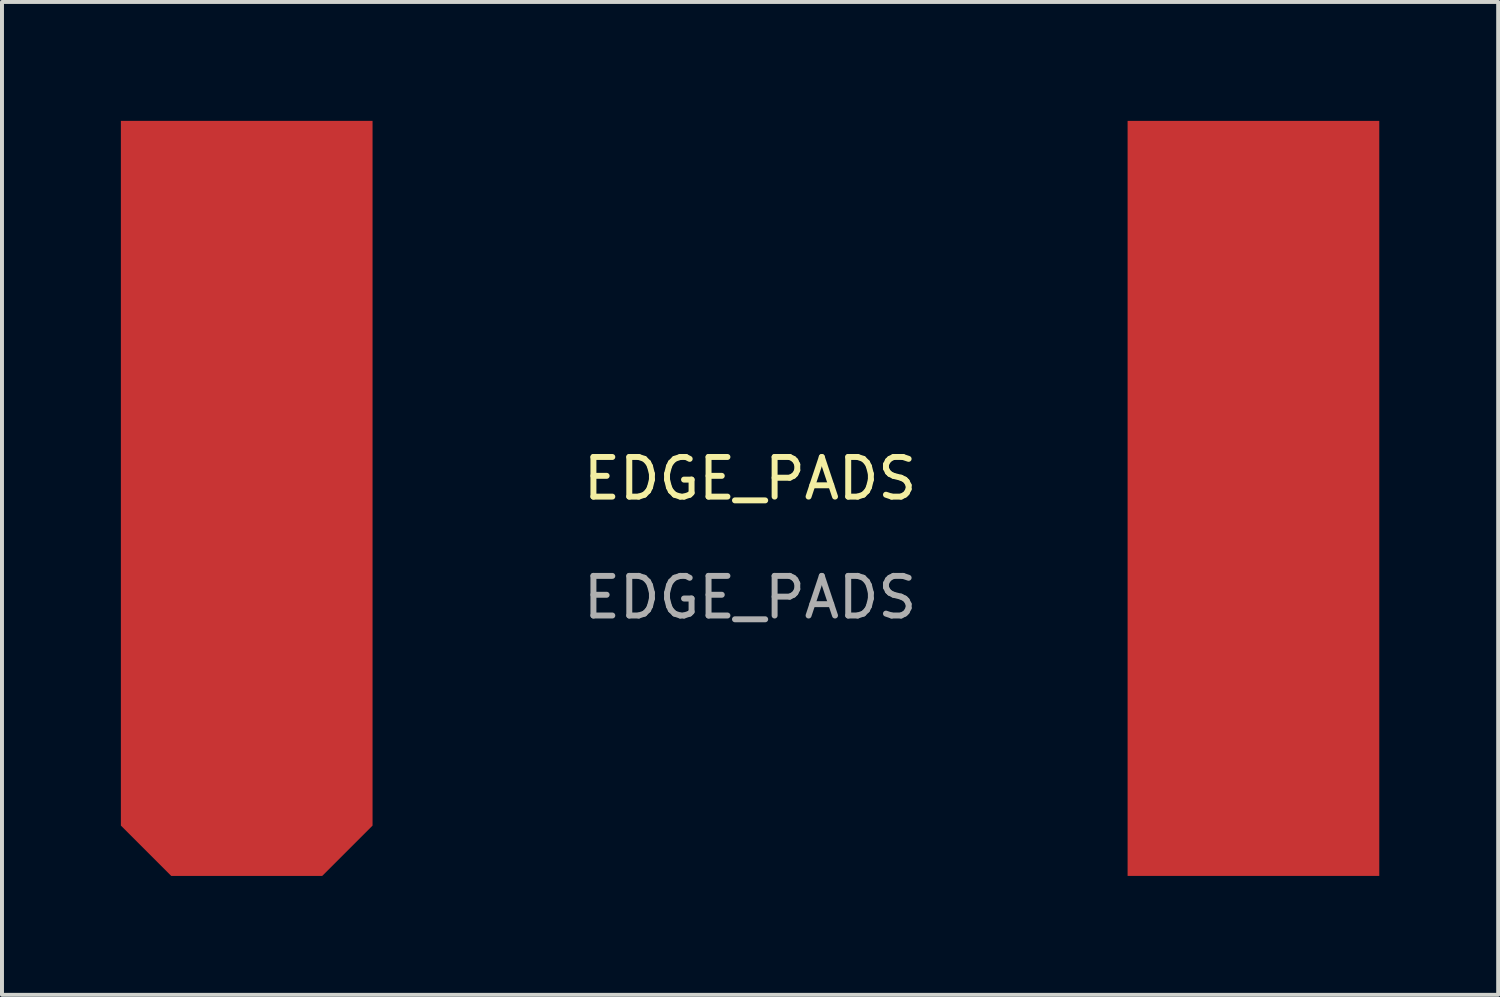
<source format=kicad_pcb>
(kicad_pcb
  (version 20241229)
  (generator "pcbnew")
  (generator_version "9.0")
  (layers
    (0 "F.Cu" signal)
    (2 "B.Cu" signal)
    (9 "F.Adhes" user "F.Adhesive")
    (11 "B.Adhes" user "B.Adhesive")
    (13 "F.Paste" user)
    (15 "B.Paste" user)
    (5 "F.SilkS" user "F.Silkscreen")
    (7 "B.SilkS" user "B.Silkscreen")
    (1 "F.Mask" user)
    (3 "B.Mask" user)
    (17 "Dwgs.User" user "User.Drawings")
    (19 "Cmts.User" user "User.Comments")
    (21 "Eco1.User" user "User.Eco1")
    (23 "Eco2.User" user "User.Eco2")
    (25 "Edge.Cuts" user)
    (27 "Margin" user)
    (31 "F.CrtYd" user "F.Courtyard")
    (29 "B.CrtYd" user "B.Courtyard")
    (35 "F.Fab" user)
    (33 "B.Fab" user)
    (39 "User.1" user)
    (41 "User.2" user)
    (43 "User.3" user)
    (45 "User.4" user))
  (footprint "EDGE_PADS"
    (layer "F.Cu")
    (at 15.875 9.525)
    (property "Reference" "EDGE_PADS" (at 0 -0.5 0) (unlocked yes) (layer "F.SilkS") (effects (font (size 1 1) (thickness 0.15))))
    (attr smd)
    (fp_text user "${REFERENCE}" (at 0 2.5 0) (unlocked yes) (layer "F.Fab") (effects (font (size 1 1) (thickness 0.15))))
    (pad "1" smd roundrect (at -12.7 0) (size 6.35 19.05) (layers "F.Cu" "F.Mask" "F.Paste") (roundrect_rratio 0) (chamfer_ratio 0.2) (chamfer bottom_left bottom_right))
    (pad "2" smd roundrect (at 12.7 0) (size 6.35 19.05) (layers "F.Cu" "F.Mask" "F.Paste") (roundrect_rratio 0) (chamfer_ratio 0.2) (chamfer)))
  (gr_rect
    (start -3 -3)
    (end 34.75 22.05)
    (stroke (width 0.1) (type default))
    (fill no)
    (layer "Edge.Cuts")))
</source>
